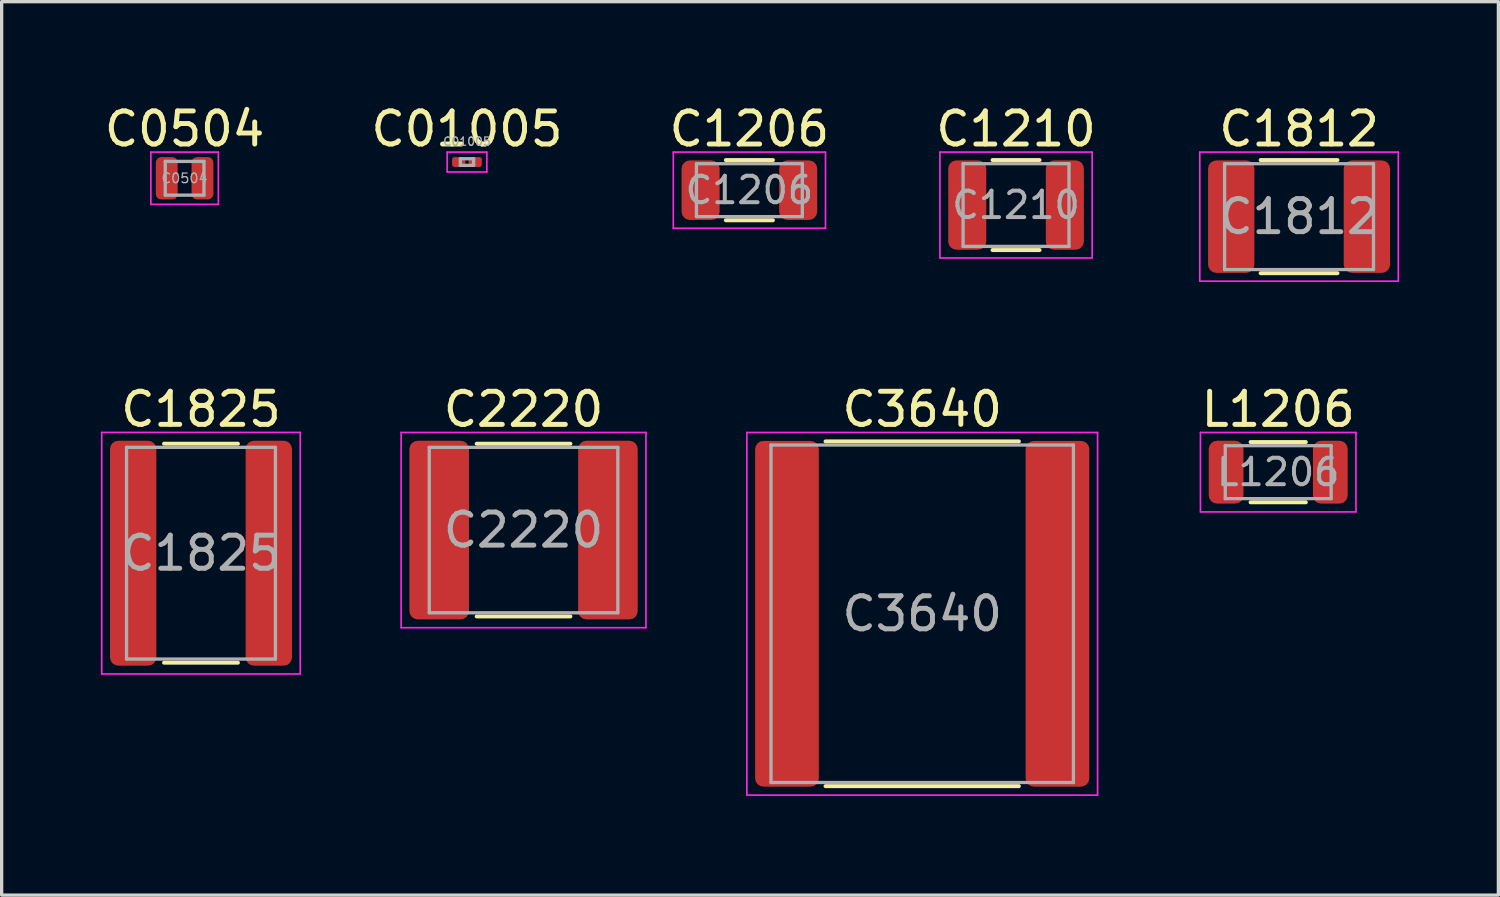
<source format=kicad_pcb>
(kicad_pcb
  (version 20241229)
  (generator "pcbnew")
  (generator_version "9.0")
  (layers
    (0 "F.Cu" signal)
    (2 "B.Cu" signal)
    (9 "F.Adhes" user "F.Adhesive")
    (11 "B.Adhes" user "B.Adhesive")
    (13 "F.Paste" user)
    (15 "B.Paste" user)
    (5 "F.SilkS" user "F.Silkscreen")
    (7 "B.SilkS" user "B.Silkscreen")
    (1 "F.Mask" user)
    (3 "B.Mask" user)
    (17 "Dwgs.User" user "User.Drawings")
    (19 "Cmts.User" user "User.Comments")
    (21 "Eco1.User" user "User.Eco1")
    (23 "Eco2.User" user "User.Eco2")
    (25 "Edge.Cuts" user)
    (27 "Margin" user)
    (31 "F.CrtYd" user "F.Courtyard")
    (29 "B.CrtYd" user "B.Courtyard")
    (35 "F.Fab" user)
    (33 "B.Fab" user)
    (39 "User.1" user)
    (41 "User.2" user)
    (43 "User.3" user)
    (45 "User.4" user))
  (footprint "L1206"
    (layer "F.Cu")
    (at 35.585 11.222)
    (property "Reference" "L1206" (at 0 -1.9 0) (layer "F.SilkS") (effects (font (size 1 1) (thickness 0.15))))
    (attr smd)
    (fp_line (start -0.835 -0.91) (end 0.835 -0.91) (stroke (width 0.12) (type solid)) (layer "F.SilkS"))
    (fp_line (start -0.835 0.91) (end 0.835 0.91) (stroke (width 0.12) (type solid)) (layer "F.SilkS"))
    (fp_line (start -2.35 -1.2) (end 2.35 -1.2) (stroke (width 0.05) (type solid)) (layer "F.CrtYd"))
    (fp_line (start -2.35 1.2) (end -2.35 -1.2) (stroke (width 0.05) (type solid)) (layer "F.CrtYd"))
    (fp_line (start 2.35 -1.2) (end 2.35 1.2) (stroke (width 0.05) (type solid)) (layer "F.CrtYd"))
    (fp_line (start 2.35 1.2) (end -2.35 1.2) (stroke (width 0.05) (type solid)) (layer "F.CrtYd"))
    (fp_line (start -1.6 -0.8) (end 1.6 -0.8) (stroke (width 0.1) (type solid)) (layer "F.Fab"))
    (fp_line (start -1.6 0.8) (end -1.6 -0.8) (stroke (width 0.1) (type solid)) (layer "F.Fab"))
    (fp_line (start 1.6 -0.8) (end 1.6 0.8) (stroke (width 0.1) (type solid)) (layer "F.Fab"))
    (fp_line (start 1.6 0.8) (end -1.6 0.8) (stroke (width 0.1) (type solid)) (layer "F.Fab"))
    (fp_text user "${REFERENCE}" (at 0 0 0) (layer "F.Fab") (effects (font (size 0.8 0.8) (thickness 0.12))))
    (pad "1" smd roundrect (at -1.575 0) (size 1.05 1.9) (layers "F.Cu" "F.Mask" "F.Paste") (roundrect_rratio 0.238))
    (pad "2" smd roundrect (at 1.575 0) (size 1.05 1.9) (layers "F.Cu" "F.Mask" "F.Paste") (roundrect_rratio 0.238)))
  (footprint "C1210"
    (layer "F.Cu")
    (at 27.661 3.148)
    (property "Reference" "C1210" (at 0 -2.3 0) (layer "F.SilkS") (effects (font (size 1 1) (thickness 0.15))))
    (attr smd)
    (fp_line (start -0.711 -1.36) (end 0.711 -1.36) (stroke (width 0.12) (type solid)) (layer "F.SilkS"))
    (fp_line (start -0.711 1.36) (end 0.711 1.36) (stroke (width 0.12) (type solid)) (layer "F.SilkS"))
    (fp_line (start -2.3 -1.6) (end 2.3 -1.6) (stroke (width 0.05) (type solid)) (layer "F.CrtYd"))
    (fp_line (start -2.3 1.6) (end -2.3 -1.6) (stroke (width 0.05) (type solid)) (layer "F.CrtYd"))
    (fp_line (start 2.3 -1.6) (end 2.3 1.6) (stroke (width 0.05) (type solid)) (layer "F.CrtYd"))
    (fp_line (start 2.3 1.6) (end -2.3 1.6) (stroke (width 0.05) (type solid)) (layer "F.CrtYd"))
    (fp_line (start -1.6 -1.25) (end 1.6 -1.25) (stroke (width 0.1) (type solid)) (layer "F.Fab"))
    (fp_line (start -1.6 1.25) (end -1.6 -1.25) (stroke (width 0.1) (type solid)) (layer "F.Fab"))
    (fp_line (start 1.6 -1.25) (end 1.6 1.25) (stroke (width 0.1) (type solid)) (layer "F.Fab"))
    (fp_line (start 1.6 1.25) (end -1.6 1.25) (stroke (width 0.1) (type solid)) (layer "F.Fab"))
    (fp_text user "${REFERENCE}" (at 0 0 0) (layer "F.Fab") (effects (font (size 0.8 0.8) (thickness 0.12))))
    (pad "1" smd roundrect (at -1.475 0) (size 1.15 2.7) (layers "F.Cu" "F.Mask" "F.Paste") (roundrect_rratio 0.217))
    (pad "2" smd roundrect (at 1.475 0) (size 1.15 2.7) (layers "F.Cu" "F.Mask" "F.Paste") (roundrect_rratio 0.217)))
  (footprint "C01005"
    (layer "F.Cu")
    (at 11.065 1.848)
    (property "Reference" "C01005" (at 0 -1 0) (layer "F.SilkS") (effects (font (size 1 1) (thickness 0.15))))
    (attr smd)
    (fp_line (start -0.6 -0.3) (end 0.6 -0.3) (stroke (width 0.05) (type solid)) (layer "F.CrtYd"))
    (fp_line (start -0.6 0.3) (end -0.6 -0.3) (stroke (width 0.05) (type solid)) (layer "F.CrtYd"))
    (fp_line (start 0.6 -0.3) (end 0.6 0.3) (stroke (width 0.05) (type solid)) (layer "F.CrtYd"))
    (fp_line (start 0.6 0.3) (end -0.6 0.3) (stroke (width 0.05) (type solid)) (layer "F.CrtYd"))
    (fp_line (start -0.2 -0.1) (end 0.2 -0.1) (stroke (width 0.1) (type solid)) (layer "F.Fab"))
    (fp_line (start -0.2 0.1) (end -0.2 -0.1) (stroke (width 0.1) (type solid)) (layer "F.Fab"))
    (fp_line (start 0.2 -0.1) (end 0.2 0.1) (stroke (width 0.1) (type solid)) (layer "F.Fab"))
    (fp_line (start 0.2 0.1) (end -0.2 0.1) (stroke (width 0.1) (type solid)) (layer "F.Fab"))
    (fp_text user "${REFERENCE}" (at 0 -0.62 0) (layer "F.Fab") (effects (font (size 0.25 0.25) (thickness 0.04))))
    (pad "" smd roundrect (at -0.275 0) (size 0.27 0.27) (layers "F.Paste") (roundrect_rratio 0.25))
    (pad "" smd roundrect (at 0.275 0) (size 0.27 0.27) (layers "F.Paste") (roundrect_rratio 0.25))
    (pad "1" smd roundrect (at -0.25 0) (size 0.4 0.3) (layers "F.Cu" "F.Mask") (roundrect_rratio 0.25))
    (pad "2" smd roundrect (at 0.25 0) (size 0.4 0.3) (layers "F.Cu" "F.Mask") (roundrect_rratio 0.25)))
  (footprint "C1812"
    (layer "F.Cu")
    (at 36.215 3.498)
    (property "Reference" "C1812" (at 0 -2.65 0) (layer "F.SilkS") (effects (font (size 1 1) (thickness 0.15))))
    (attr smd)
    (fp_line (start -1.161 -1.71) (end 1.161 -1.71) (stroke (width 0.12) (type solid)) (layer "F.SilkS"))
    (fp_line (start -1.161 1.71) (end 1.161 1.71) (stroke (width 0.12) (type solid)) (layer "F.SilkS"))
    (fp_line (start -3 -1.95) (end 3 -1.95) (stroke (width 0.05) (type solid)) (layer "F.CrtYd"))
    (fp_line (start -3 1.95) (end -3 -1.95) (stroke (width 0.05) (type solid)) (layer "F.CrtYd"))
    (fp_line (start 3 -1.95) (end 3 1.95) (stroke (width 0.05) (type solid)) (layer "F.CrtYd"))
    (fp_line (start 3 1.95) (end -3 1.95) (stroke (width 0.05) (type solid)) (layer "F.CrtYd"))
    (fp_line (start -2.25 -1.6) (end 2.25 -1.6) (stroke (width 0.1) (type solid)) (layer "F.Fab"))
    (fp_line (start -2.25 1.6) (end -2.25 -1.6) (stroke (width 0.1) (type solid)) (layer "F.Fab"))
    (fp_line (start 2.25 -1.6) (end 2.25 1.6) (stroke (width 0.1) (type solid)) (layer "F.Fab"))
    (fp_line (start 2.25 1.6) (end -2.25 1.6) (stroke (width 0.1) (type solid)) (layer "F.Fab"))
    (fp_text user "${REFERENCE}" (at 0 0 0) (layer "F.Fab") (effects (font (size 1 1) (thickness 0.15))))
    (pad "1" smd roundrect (at -2.05 0) (size 1.4 3.4) (layers "F.Cu" "F.Mask" "F.Paste") (roundrect_rratio 0.179))
    (pad "2" smd roundrect (at 2.05 0) (size 1.4 3.4) (layers "F.Cu" "F.Mask" "F.Paste") (roundrect_rratio 0.179)))
  (footprint "C1825"
    (layer "F.Cu")
    (at 3.025 13.671)
    (property "Reference" "C1825" (at 0 -4.35 0) (layer "F.SilkS") (effects (font (size 1 1) (thickness 0.15))))
    (attr smd)
    (fp_line (start -1.116 -3.31) (end 1.116 -3.31) (stroke (width 0.12) (type solid)) (layer "F.SilkS"))
    (fp_line (start -1.116 3.31) (end 1.116 3.31) (stroke (width 0.12) (type solid)) (layer "F.SilkS"))
    (fp_line (start -3 -3.65) (end 3 -3.65) (stroke (width 0.05) (type solid)) (layer "F.CrtYd"))
    (fp_line (start -3 3.65) (end -3 -3.65) (stroke (width 0.05) (type solid)) (layer "F.CrtYd"))
    (fp_line (start 3 -3.65) (end 3 3.65) (stroke (width 0.05) (type solid)) (layer "F.CrtYd"))
    (fp_line (start 3 3.65) (end -3 3.65) (stroke (width 0.05) (type solid)) (layer "F.CrtYd"))
    (fp_line (start -2.25 -3.2) (end 2.25 -3.2) (stroke (width 0.1) (type solid)) (layer "F.Fab"))
    (fp_line (start -2.25 3.2) (end -2.25 -3.2) (stroke (width 0.1) (type solid)) (layer "F.Fab"))
    (fp_line (start 2.25 -3.2) (end 2.25 3.2) (stroke (width 0.1) (type solid)) (layer "F.Fab"))
    (fp_line (start 2.25 3.2) (end -2.25 3.2) (stroke (width 0.1) (type solid)) (layer "F.Fab"))
    (fp_text user "${REFERENCE}" (at 0 0 0) (layer "F.Fab") (effects (font (size 1 1) (thickness 0.15))))
    (pad "1" smd roundrect (at -2.05 0) (size 1.4 6.8) (layers "F.Cu" "F.Mask" "F.Paste") (roundrect_rratio 0.179))
    (pad "2" smd roundrect (at 2.05 0) (size 1.4 6.8) (layers "F.Cu" "F.Mask" "F.Paste") (roundrect_rratio 0.179)))
  (footprint "C0504"
    (layer "F.Cu")
    (at 2.53 2.338)
    (property "Reference" "C0504" (at 0 -1.49 0) (layer "F.SilkS") (effects (font (size 1 1) (thickness 0.15))))
    (attr smd)
    (fp_line (start -1.02 -0.79) (end 1.02 -0.79) (stroke (width 0.05) (type solid)) (layer "F.CrtYd"))
    (fp_line (start -1.02 0.79) (end -1.02 -0.79) (stroke (width 0.05) (type solid)) (layer "F.CrtYd"))
    (fp_line (start 1.02 -0.79) (end 1.02 0.79) (stroke (width 0.05) (type solid)) (layer "F.CrtYd"))
    (fp_line (start 1.02 0.79) (end -1.02 0.79) (stroke (width 0.05) (type solid)) (layer "F.CrtYd"))
    (fp_line (start -0.585 -0.51) (end 0.585 -0.51) (stroke (width 0.1) (type solid)) (layer "F.Fab"))
    (fp_line (start -0.585 0.51) (end -0.585 -0.51) (stroke (width 0.1) (type solid)) (layer "F.Fab"))
    (fp_line (start 0.585 -0.51) (end 0.585 0.51) (stroke (width 0.1) (type solid)) (layer "F.Fab"))
    (fp_line (start 0.585 0.51) (end -0.585 0.51) (stroke (width 0.1) (type solid)) (layer "F.Fab"))
    (fp_text user "${REFERENCE}" (at 0 0 0) (layer "F.Fab") (effects (font (size 0.29 0.29) (thickness 0.04))))
    (pad "1" smd roundrect (at -0.54 0) (size 0.66 1.28) (layers "F.Cu" "F.Mask" "F.Paste") (roundrect_rratio 0.25))
    (pad "2" smd roundrect (at 0.54 0) (size 0.66 1.28) (layers "F.Cu" "F.Mask" "F.Paste") (roundrect_rratio 0.25)))
  (footprint "C1206"
    (layer "F.Cu")
    (at 19.601 2.698)
    (property "Reference" "C1206" (at 0 -1.85 0) (layer "F.SilkS") (effects (font (size 1 1) (thickness 0.15))))
    (attr smd)
    (fp_line (start -0.711 -0.91) (end 0.711 -0.91) (stroke (width 0.12) (type solid)) (layer "F.SilkS"))
    (fp_line (start -0.711 0.91) (end 0.711 0.91) (stroke (width 0.12) (type solid)) (layer "F.SilkS"))
    (fp_line (start -2.3 -1.15) (end 2.3 -1.15) (stroke (width 0.05) (type solid)) (layer "F.CrtYd"))
    (fp_line (start -2.3 1.15) (end -2.3 -1.15) (stroke (width 0.05) (type solid)) (layer "F.CrtYd"))
    (fp_line (start 2.3 -1.15) (end 2.3 1.15) (stroke (width 0.05) (type solid)) (layer "F.CrtYd"))
    (fp_line (start 2.3 1.15) (end -2.3 1.15) (stroke (width 0.05) (type solid)) (layer "F.CrtYd"))
    (fp_line (start -1.6 -0.8) (end 1.6 -0.8) (stroke (width 0.1) (type solid)) (layer "F.Fab"))
    (fp_line (start -1.6 0.8) (end -1.6 -0.8) (stroke (width 0.1) (type solid)) (layer "F.Fab"))
    (fp_line (start 1.6 -0.8) (end 1.6 0.8) (stroke (width 0.1) (type solid)) (layer "F.Fab"))
    (fp_line (start 1.6 0.8) (end -1.6 0.8) (stroke (width 0.1) (type solid)) (layer "F.Fab"))
    (fp_text user "${REFERENCE}" (at 0 0 0) (layer "F.Fab") (effects (font (size 0.8 0.8) (thickness 0.12))))
    (pad "1" smd roundrect (at -1.475 0) (size 1.15 1.8) (layers "F.Cu" "F.Mask" "F.Paste") (roundrect_rratio 0.217))
    (pad "2" smd roundrect (at 1.475 0) (size 1.15 1.8) (layers "F.Cu" "F.Mask" "F.Paste") (roundrect_rratio 0.217)))
  (footprint "C3640"
    (layer "F.Cu")
    (at 24.825 15.502)
    (property "Reference" "C3640" (at 0 -6.18 0) (layer "F.SilkS") (effects (font (size 1 1) (thickness 0.15))))
    (attr smd)
    (fp_line (start -2.922 -5.21) (end 2.922 -5.21) (stroke (width 0.12) (type solid)) (layer "F.SilkS"))
    (fp_line (start -2.922 5.21) (end 2.922 5.21) (stroke (width 0.12) (type solid)) (layer "F.SilkS"))
    (fp_line (start -5.3 -5.48) (end 5.3 -5.48) (stroke (width 0.05) (type solid)) (layer "F.CrtYd"))
    (fp_line (start -5.3 5.48) (end -5.3 -5.48) (stroke (width 0.05) (type solid)) (layer "F.CrtYd"))
    (fp_line (start 5.3 -5.48) (end 5.3 5.48) (stroke (width 0.05) (type solid)) (layer "F.CrtYd"))
    (fp_line (start 5.3 5.48) (end -5.3 5.48) (stroke (width 0.05) (type solid)) (layer "F.CrtYd"))
    (fp_line (start -4.57 -5.1) (end 4.57 -5.1) (stroke (width 0.1) (type solid)) (layer "F.Fab"))
    (fp_line (start -4.57 5.1) (end -4.57 -5.1) (stroke (width 0.1) (type solid)) (layer "F.Fab"))
    (fp_line (start 4.57 -5.1) (end 4.57 5.1) (stroke (width 0.1) (type solid)) (layer "F.Fab"))
    (fp_line (start 4.57 5.1) (end -4.57 5.1) (stroke (width 0.1) (type solid)) (layer "F.Fab"))
    (fp_text user "${REFERENCE}" (at 0 0 0) (layer "F.Fab") (effects (font (size 1 1) (thickness 0.15))))
    (pad "1" smd roundrect (at -4.088 0) (size 1.925 10.45) (layers "F.Cu" "F.Mask" "F.Paste") (roundrect_rratio 0.13))
    (pad "2" smd roundrect (at 4.088 0) (size 1.925 10.45) (layers "F.Cu" "F.Mask" "F.Paste") (roundrect_rratio 0.13)))
  (footprint "C2220"
    (layer "F.Cu")
    (at 12.775 12.972)
    (property "Reference" "C2220" (at 0 -3.65 0) (layer "F.SilkS") (effects (font (size 1 1) (thickness 0.15))))
    (attr smd)
    (fp_line (start -1.416 -2.61) (end 1.416 -2.61) (stroke (width 0.12) (type solid)) (layer "F.SilkS"))
    (fp_line (start -1.416 2.61) (end 1.416 2.61) (stroke (width 0.12) (type solid)) (layer "F.SilkS"))
    (fp_line (start -3.7 -2.95) (end 3.7 -2.95) (stroke (width 0.05) (type solid)) (layer "F.CrtYd"))
    (fp_line (start -3.7 2.95) (end -3.7 -2.95) (stroke (width 0.05) (type solid)) (layer "F.CrtYd"))
    (fp_line (start 3.7 -2.95) (end 3.7 2.95) (stroke (width 0.05) (type solid)) (layer "F.CrtYd"))
    (fp_line (start 3.7 2.95) (end -3.7 2.95) (stroke (width 0.05) (type solid)) (layer "F.CrtYd"))
    (fp_line (start -2.85 -2.5) (end 2.85 -2.5) (stroke (width 0.1) (type solid)) (layer "F.Fab"))
    (fp_line (start -2.85 2.5) (end -2.85 -2.5) (stroke (width 0.1) (type solid)) (layer "F.Fab"))
    (fp_line (start 2.85 -2.5) (end 2.85 2.5) (stroke (width 0.1) (type solid)) (layer "F.Fab"))
    (fp_line (start 2.85 2.5) (end -2.85 2.5) (stroke (width 0.1) (type solid)) (layer "F.Fab"))
    (fp_text user "${REFERENCE}" (at 0 0 0) (layer "F.Fab") (effects (font (size 1 1) (thickness 0.15))))
    (pad "1" smd roundrect (at -2.55 0) (size 1.8 5.4) (layers "F.Cu" "F.Mask" "F.Paste") (roundrect_rratio 0.139))
    (pad "2" smd roundrect (at 2.55 0) (size 1.8 5.4) (layers "F.Cu" "F.Mask" "F.Paste") (roundrect_rratio 0.139)))
  (gr_rect
    (start -3 -3)
    (end 42.24 24.006)
    (stroke (width 0.1) (type default))
    (fill no)
    (layer "Edge.Cuts")))
</source>
